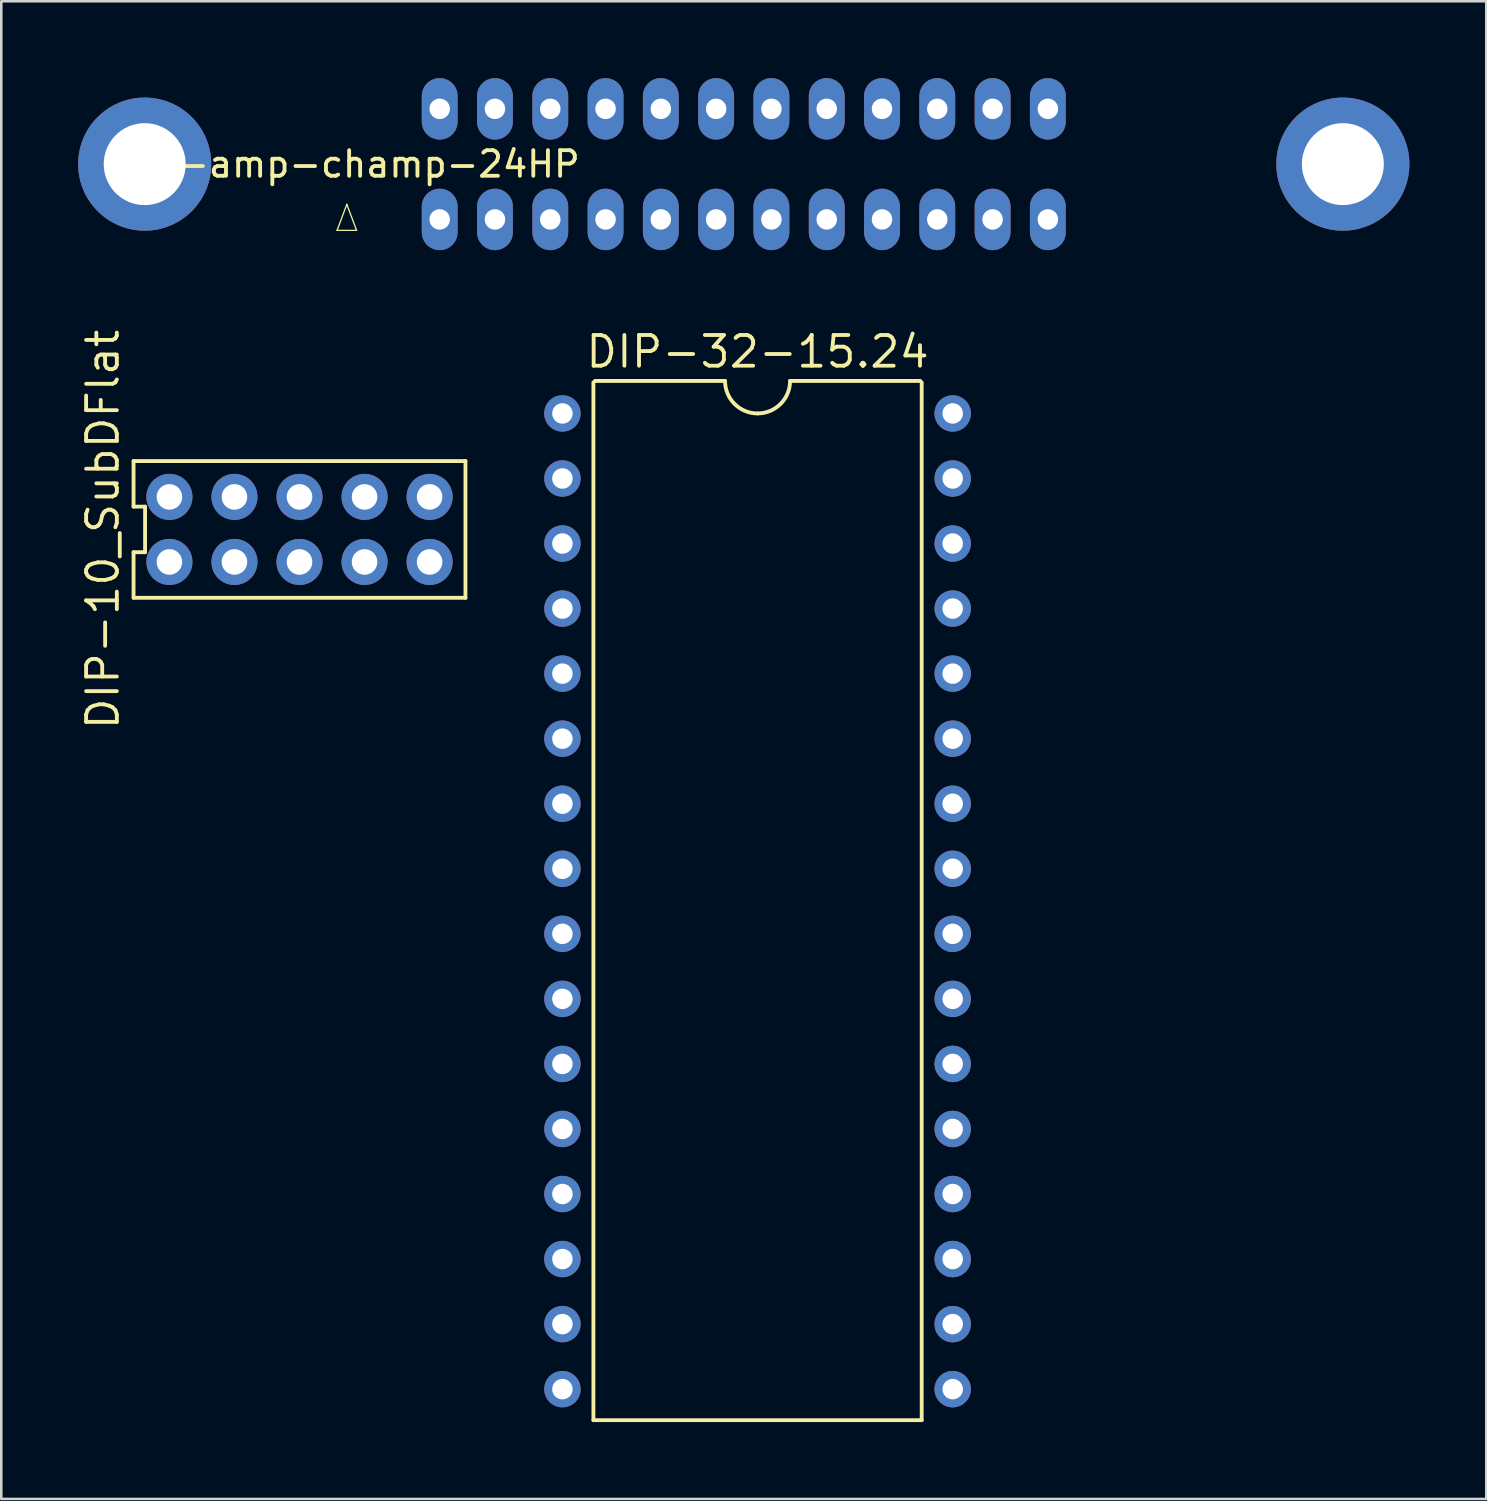
<source format=kicad_pcb>
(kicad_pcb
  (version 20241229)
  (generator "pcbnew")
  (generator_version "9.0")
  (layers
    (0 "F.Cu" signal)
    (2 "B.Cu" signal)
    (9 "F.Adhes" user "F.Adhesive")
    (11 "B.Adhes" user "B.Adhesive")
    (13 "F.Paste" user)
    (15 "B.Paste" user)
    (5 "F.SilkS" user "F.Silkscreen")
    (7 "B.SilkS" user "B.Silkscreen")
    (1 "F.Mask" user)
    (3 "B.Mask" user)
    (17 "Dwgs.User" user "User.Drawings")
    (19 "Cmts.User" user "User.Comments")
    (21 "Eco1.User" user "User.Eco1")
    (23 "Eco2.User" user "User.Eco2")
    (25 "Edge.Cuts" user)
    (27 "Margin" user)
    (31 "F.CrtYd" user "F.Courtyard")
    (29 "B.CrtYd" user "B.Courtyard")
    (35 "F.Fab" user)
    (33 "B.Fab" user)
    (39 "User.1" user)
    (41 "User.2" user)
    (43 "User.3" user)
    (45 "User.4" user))
  (footprint "con-amp-champ-24HP"
    (layer "F.Cu")
    (at 25.993 3.359)
    (property "Reference" "con-amp-champ-24HP" (at -15.6 0 0) (layer "F.SilkS") (effects (font (size 1 1) (thickness 0.15))))
    (attr exclude_from_pos_files exclude_from_bom)
    (fp_line (start -15.881 2.586) (end -15.119 2.586) (stroke (width 0.051) (type solid)) (layer "F.SilkS"))
    (fp_line (start -15.5 1.57) (end -15.881 2.586) (stroke (width 0.051) (type solid)) (layer "F.SilkS"))
    (fp_line (start -15.119 2.586) (end -15.5 1.57) (stroke (width 0.051) (type solid)) (layer "F.SilkS"))
    (pad "0" thru_hole circle (at -23.393 0) (size 5.199 5.199) (drill 3.2) (layers "*.Cu" "*.Mask"))
    (pad "0" thru_hole circle (at 23.393 0) (size 5.199 5.199) (drill 3.2) (layers "*.Cu" "*.Mask"))
    (pad "1" thru_hole oval (at -11.874 2.159) (size 1.4 2.4) (drill 0.8) (layers "*.Cu" "*.Mask"))
    (pad "2" thru_hole oval (at -9.716 2.159) (size 1.4 2.4) (drill 0.8) (layers "*.Cu" "*.Mask"))
    (pad "3" thru_hole oval (at -7.556 2.159) (size 1.4 2.4) (drill 0.8) (layers "*.Cu" "*.Mask"))
    (pad "4" thru_hole oval (at -5.397 2.159) (size 1.4 2.4) (drill 0.8) (layers "*.Cu" "*.Mask"))
    (pad "5" thru_hole oval (at -3.239 2.159) (size 1.4 2.4) (drill 0.8) (layers "*.Cu" "*.Mask"))
    (pad "6" thru_hole oval (at -1.079 2.159) (size 1.4 2.4) (drill 0.8) (layers "*.Cu" "*.Mask"))
    (pad "7" thru_hole oval (at 1.079 2.159) (size 1.4 2.4) (drill 0.8) (layers "*.Cu" "*.Mask"))
    (pad "8" thru_hole oval (at 3.239 2.159) (size 1.4 2.4) (drill 0.8) (layers "*.Cu" "*.Mask"))
    (pad "9" thru_hole oval (at 5.397 2.159) (size 1.4 2.4) (drill 0.8) (layers "*.Cu" "*.Mask"))
    (pad "10" thru_hole oval (at 7.556 2.159) (size 1.4 2.4) (drill 0.8) (layers "*.Cu" "*.Mask"))
    (pad "11" thru_hole oval (at 9.716 2.159) (size 1.4 2.4) (drill 0.8) (layers "*.Cu" "*.Mask"))
    (pad "12" thru_hole oval (at 11.874 2.159) (size 1.4 2.4) (drill 0.8) (layers "*.Cu" "*.Mask"))
    (pad "13" thru_hole oval (at -11.874 -2.159) (size 1.4 2.4) (drill 0.8) (layers "*.Cu" "*.Mask"))
    (pad "14" thru_hole oval (at -9.716 -2.159) (size 1.4 2.4) (drill 0.8) (layers "*.Cu" "*.Mask"))
    (pad "15" thru_hole oval (at -7.556 -2.159) (size 1.4 2.4) (drill 0.8) (layers "*.Cu" "*.Mask"))
    (pad "16" thru_hole oval (at -5.397 -2.159) (size 1.4 2.4) (drill 0.8) (layers "*.Cu" "*.Mask"))
    (pad "17" thru_hole oval (at -3.239 -2.159) (size 1.4 2.4) (drill 0.8) (layers "*.Cu" "*.Mask"))
    (pad "18" thru_hole oval (at -1.079 -2.159) (size 1.4 2.4) (drill 0.8) (layers "*.Cu" "*.Mask"))
    (pad "19" thru_hole oval (at 1.079 -2.159) (size 1.4 2.4) (drill 0.8) (layers "*.Cu" "*.Mask"))
    (pad "20" thru_hole oval (at 3.239 -2.159) (size 1.4 2.4) (drill 0.8) (layers "*.Cu" "*.Mask"))
    (pad "21" thru_hole oval (at 5.397 -2.159) (size 1.4 2.4) (drill 0.8) (layers "*.Cu" "*.Mask"))
    (pad "22" thru_hole oval (at 7.556 -2.159) (size 1.4 2.4) (drill 0.8) (layers "*.Cu" "*.Mask"))
    (pad "23" thru_hole oval (at 9.716 -2.159) (size 1.4 2.4) (drill 0.8) (layers "*.Cu" "*.Mask"))
    (pad "24" thru_hole oval (at 11.874 -2.159) (size 1.4 2.4) (drill 0.8) (layers "*.Cu" "*.Mask")))
  (footprint "DIP-32-15.24"
    (layer "F.Cu")
    (at 18.911 13.094)
    (property "Reference" "DIP-32-15.24" (at 7.62 -2.411 0) (layer "F.SilkS") (effects (font (size 1.2 1.2) (thickness 0.15))))
    (attr through_hole)
    (fp_line (start 1.211 39.311) (end 14.029 39.311) (stroke (width 0.15) (type solid)) (layer "F.SilkS"))
    (fp_line (start 1.211 -1.211) (end 1.211 39.311) (stroke (width 0.15) (type solid)) (layer "F.SilkS"))
    (fp_line (start 6.35 -1.27) (end 1.27 -1.27) (stroke (width 0.15) (type solid)) (layer "F.SilkS"))
    (fp_line (start 13.97 -1.27) (end 8.89 -1.27) (stroke (width 0.15) (type solid)) (layer "F.SilkS"))
    (fp_line (start 14.029 39.311) (end 14.029 -1.211) (stroke (width 0.15) (type solid)) (layer "F.SilkS"))
    (fp_arc (start 7.62 0) (mid 6.721974 -0.371974) (end 6.35 -1.27) (stroke (width 0.15) (type solid)) (layer "F.SilkS"))
    (fp_arc (start 8.89 -1.27) (mid 8.518026 -0.371974) (end 7.62 0) (stroke (width 0.15) (type solid)) (layer "F.SilkS"))
    (pad "1" thru_hole circle (at 0 0 270) (size 1.422 1.422) (drill 0.8) (layers "*.Cu" "*.Mask"))
    (pad "2" thru_hole circle (at 0 2.54 270) (size 1.422 1.422) (drill 0.8) (layers "*.Cu" "*.Mask"))
    (pad "3" thru_hole circle (at 0 5.08 270) (size 1.422 1.422) (drill 0.8) (layers "*.Cu" "*.Mask"))
    (pad "4" thru_hole circle (at 0 7.62 270) (size 1.422 1.422) (drill 0.8) (layers "*.Cu" "*.Mask"))
    (pad "5" thru_hole circle (at 0 10.16 270) (size 1.422 1.422) (drill 0.8) (layers "*.Cu" "*.Mask"))
    (pad "6" thru_hole circle (at 0 12.7 270) (size 1.422 1.422) (drill 0.8) (layers "*.Cu" "*.Mask"))
    (pad "7" thru_hole circle (at 0 15.24 270) (size 1.422 1.422) (drill 0.8) (layers "*.Cu" "*.Mask"))
    (pad "8" thru_hole circle (at 0 17.78 270) (size 1.422 1.422) (drill 0.8) (layers "*.Cu" "*.Mask"))
    (pad "9" thru_hole circle (at 0 20.32 270) (size 1.422 1.422) (drill 0.8) (layers "*.Cu" "*.Mask"))
    (pad "10" thru_hole circle (at 0 22.86 270) (size 1.422 1.422) (drill 0.8) (layers "*.Cu" "*.Mask"))
    (pad "11" thru_hole circle (at 0 25.4 270) (size 1.422 1.422) (drill 0.8) (layers "*.Cu" "*.Mask"))
    (pad "12" thru_hole circle (at 0 27.94 270) (size 1.422 1.422) (drill 0.8) (layers "*.Cu" "*.Mask"))
    (pad "13" thru_hole circle (at 0 30.48 270) (size 1.422 1.422) (drill 0.8) (layers "*.Cu" "*.Mask"))
    (pad "14" thru_hole circle (at 0 33.02 270) (size 1.422 1.422) (drill 0.8) (layers "*.Cu" "*.Mask"))
    (pad "15" thru_hole circle (at 0 35.56 270) (size 1.422 1.422) (drill 0.8) (layers "*.Cu" "*.Mask"))
    (pad "16" thru_hole circle (at 0 38.1 270) (size 1.422 1.422) (drill 0.8) (layers "*.Cu" "*.Mask"))
    (pad "17" thru_hole circle (at 15.24 38.1 270) (size 1.422 1.422) (drill 0.8) (layers "*.Cu" "*.Mask"))
    (pad "18" thru_hole circle (at 15.24 35.56 270) (size 1.422 1.422) (drill 0.8) (layers "*.Cu" "*.Mask"))
    (pad "19" thru_hole circle (at 15.24 33.02 270) (size 1.422 1.422) (drill 0.8) (layers "*.Cu" "*.Mask"))
    (pad "20" thru_hole circle (at 15.24 30.48 270) (size 1.422 1.422) (drill 0.8) (layers "*.Cu" "*.Mask"))
    (pad "21" thru_hole circle (at 15.24 27.94 270) (size 1.422 1.422) (drill 0.8) (layers "*.Cu" "*.Mask"))
    (pad "22" thru_hole circle (at 15.24 25.4 270) (size 1.422 1.422) (drill 0.8) (layers "*.Cu" "*.Mask"))
    (pad "23" thru_hole circle (at 15.24 22.86 270) (size 1.422 1.422) (drill 0.8) (layers "*.Cu" "*.Mask"))
    (pad "24" thru_hole circle (at 15.24 20.32 270) (size 1.422 1.422) (drill 0.8) (layers "*.Cu" "*.Mask"))
    (pad "25" thru_hole circle (at 15.24 17.78 270) (size 1.422 1.422) (drill 0.8) (layers "*.Cu" "*.Mask"))
    (pad "26" thru_hole circle (at 15.24 15.24 270) (size 1.422 1.422) (drill 0.8) (layers "*.Cu" "*.Mask"))
    (pad "27" thru_hole circle (at 15.24 12.7 270) (size 1.422 1.422) (drill 0.8) (layers "*.Cu" "*.Mask"))
    (pad "28" thru_hole circle (at 15.24 10.16 270) (size 1.422 1.422) (drill 0.8) (layers "*.Cu" "*.Mask"))
    (pad "29" thru_hole circle (at 15.24 7.62 270) (size 1.422 1.422) (drill 0.8) (layers "*.Cu" "*.Mask"))
    (pad "30" thru_hole circle (at 15.24 5.08 270) (size 1.422 1.422) (drill 0.8) (layers "*.Cu" "*.Mask"))
    (pad "31" thru_hole circle (at 15.24 2.54 270) (size 1.422 1.422) (drill 0.8) (layers "*.Cu" "*.Mask"))
    (pad "32" thru_hole circle (at 15.24 0 270) (size 1.422 1.422) (drill 0.8) (layers "*.Cu" "*.Mask")))
  (footprint "DIP-10_SubDFlat"
    (layer "F.Cu")
    (at 8.645 17.623)
    (property "Reference" "DIP-10_SubDFlat" (at -7.68 0 90) (layer "F.SilkS") (effects (font (size 1.2 1.2) (thickness 0.15))))
    (attr through_hole)
    (fp_line (start -6.48 -2.67) (end -6.48 -0.89) (stroke (width 0.15) (type solid)) (layer "F.SilkS"))
    (fp_line (start -6.48 -0.89) (end -6.03 -0.89) (stroke (width 0.15) (type solid)) (layer "F.SilkS"))
    (fp_line (start -6.48 0.89) (end -6.48 2.67) (stroke (width 0.15) (type solid)) (layer "F.SilkS"))
    (fp_line (start -6.48 2.67) (end 6.48 2.67) (stroke (width 0.15) (type solid)) (layer "F.SilkS"))
    (fp_line (start -6.03 -0.89) (end -6.03 0.89) (stroke (width 0.15) (type solid)) (layer "F.SilkS"))
    (fp_line (start -6.03 0.89) (end -6.48 0.89) (stroke (width 0.15) (type solid)) (layer "F.SilkS"))
    (fp_line (start 6.48 -2.67) (end -6.48 -2.67) (stroke (width 0.15) (type solid)) (layer "F.SilkS"))
    (fp_line (start 6.48 2.67) (end 6.48 -2.67) (stroke (width 0.15) (type solid)) (layer "F.SilkS"))
    (pad "1" thru_hole circle (at -5.08 1.27) (size 1.8 1.8) (drill 1) (layers "*.Cu" "*.Mask"))
    (pad "2" thru_hole circle (at -2.54 1.27) (size 1.8 1.8) (drill 1) (layers "*.Cu" "*.Mask"))
    (pad "3" thru_hole circle (at 0 1.27) (size 1.8 1.8) (drill 1) (layers "*.Cu" "*.Mask"))
    (pad "4" thru_hole circle (at 2.54 1.27) (size 1.8 1.8) (drill 1) (layers "*.Cu" "*.Mask"))
    (pad "5" thru_hole circle (at 5.08 1.27) (size 1.8 1.8) (drill 1) (layers "*.Cu" "*.Mask"))
    (pad "6" thru_hole circle (at -5.08 -1.27) (size 1.8 1.8) (drill 1) (layers "*.Cu" "*.Mask"))
    (pad "7" thru_hole circle (at -2.54 -1.27) (size 1.8 1.8) (drill 1) (layers "*.Cu" "*.Mask"))
    (pad "8" thru_hole circle (at 0 -1.27) (size 1.8 1.8) (drill 1) (layers "*.Cu" "*.Mask"))
    (pad "9" thru_hole circle (at 2.54 -1.27) (size 1.8 1.8) (drill 1) (layers "*.Cu" "*.Mask"))
    (pad "10" thru_hole circle (at 5.08 -1.27) (size 1.8 1.8) (drill 1) (layers "*.Cu" "*.Mask")))
  (gr_rect
    (start -3 -3)
    (end 54.986 55.481)
    (stroke (width 0.1) (type default))
    (fill no)
    (layer "Edge.Cuts")))
</source>
